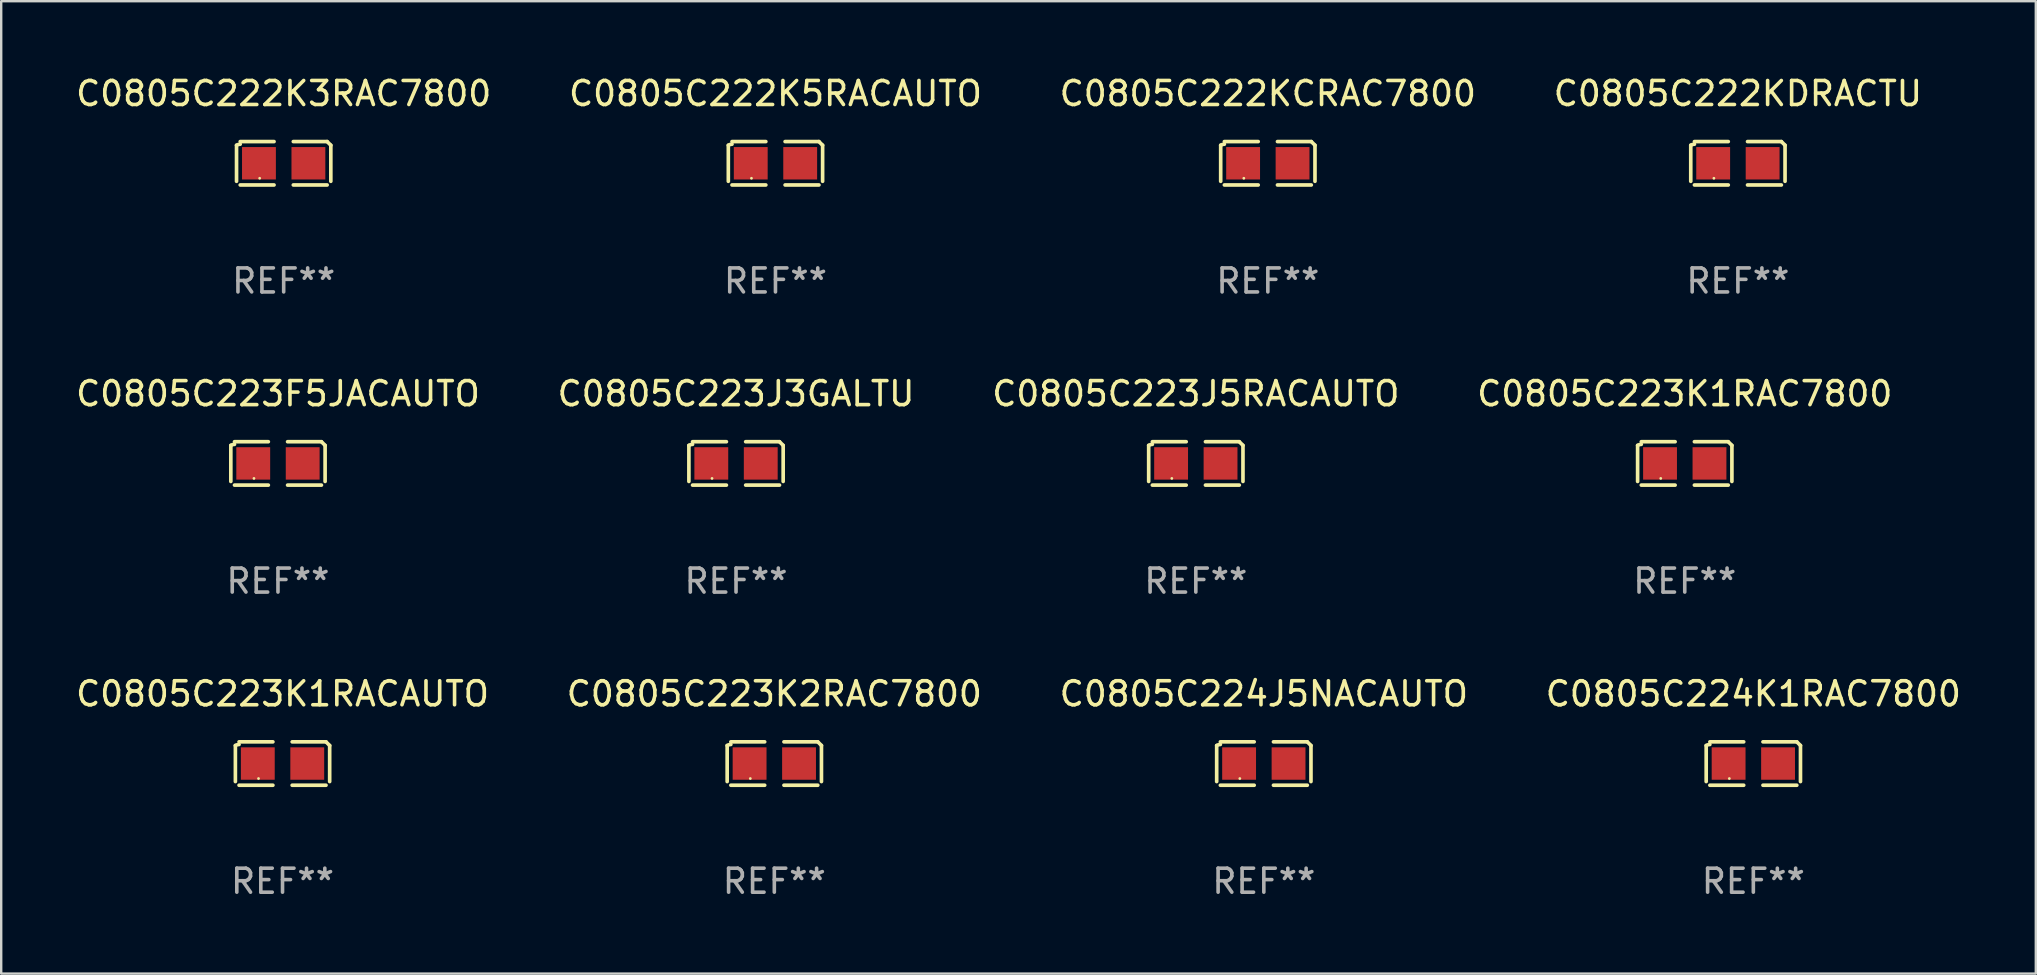
<source format=kicad_pcb>
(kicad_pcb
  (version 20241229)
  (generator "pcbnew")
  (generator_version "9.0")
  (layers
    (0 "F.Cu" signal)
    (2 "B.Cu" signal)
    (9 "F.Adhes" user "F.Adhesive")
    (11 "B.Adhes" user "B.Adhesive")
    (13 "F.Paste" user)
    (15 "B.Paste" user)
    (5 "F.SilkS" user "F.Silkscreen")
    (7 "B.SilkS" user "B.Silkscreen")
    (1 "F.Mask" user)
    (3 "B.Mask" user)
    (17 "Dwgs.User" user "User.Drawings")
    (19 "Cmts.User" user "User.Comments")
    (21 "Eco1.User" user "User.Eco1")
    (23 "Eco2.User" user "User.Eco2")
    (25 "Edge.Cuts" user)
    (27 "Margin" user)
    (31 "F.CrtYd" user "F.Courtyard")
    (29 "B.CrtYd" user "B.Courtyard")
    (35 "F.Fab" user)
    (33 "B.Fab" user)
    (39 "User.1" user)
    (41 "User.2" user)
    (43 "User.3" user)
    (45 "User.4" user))
  (footprint "C0805C224J5NACAUTO"
    (layer "F.Cu")
    (at 49.601 28.759)
    (property "Reference" "C0805C224J5NACAUTO" (at 0 -2.904 0) (layer "F.SilkS") (effects (font (size 1 1) (thickness 0.15))))
    (attr through_hole)
    (fp_line (start -1.964 0.751) (end -1.964 -0.751) (stroke (width 0.152) (type solid)) (layer "F.SilkS"))
    (fp_line (start -1.811 -0.904) (end -0.401 -0.904) (stroke (width 0.152) (type solid)) (layer "F.SilkS"))
    (fp_line (start -0.401 0.904) (end -1.811 0.904) (stroke (width 0.152) (type solid)) (layer "F.SilkS"))
    (fp_line (start 0.401 0.904) (end 1.811 0.904) (stroke (width 0.152) (type solid)) (layer "F.SilkS"))
    (fp_line (start 1.811 -0.904) (end 0.401 -0.904) (stroke (width 0.152) (type solid)) (layer "F.SilkS"))
    (fp_line (start 1.964 0.751) (end 1.964 -0.751) (stroke (width 0.152) (type solid)) (layer "F.SilkS"))
    (fp_arc (start -1.963602 -0.751207) (mid -1.890354 -0.783131) (end -1.811201 -0.794044) (stroke (width 0.1524) (type solid)) (layer "F.SilkS"))
    (fp_arc (start 1.811202 -0.903607) (mid 1.887413 -0.827418) (end 1.963602 -0.751207) (stroke (width 0.1524) (type solid)) (layer "F.SilkS"))
    (fp_circle (center -1 0.625) (end -0.97 0.625) (stroke (width 0.06) (type solid)) (fill no) (layer "F.SilkS"))
    (fp_text user "REF**" (at 0 4.904 0) (layer "F.Fab") (effects (font (size 1 1) (thickness 0.15))))
    (pad "1" smd rect (at -1.03 0) (size 1.41 1.35) (layers "F.Cu" "F.Mask" "F.Paste"))
    (pad "2" smd rect (at 1.03 0) (size 1.41 1.35) (layers "F.Cu" "F.Mask" "F.Paste")))
  (footprint "C0805C223K1RAC7800"
    (layer "F.Cu")
    (at 67.137 16.256)
    (property "Reference" "C0805C223K1RAC7800" (at 0 -2.904 0) (layer "F.SilkS") (effects (font (size 1 1) (thickness 0.15))))
    (attr through_hole)
    (fp_line (start -1.964 0.751) (end -1.964 -0.751) (stroke (width 0.152) (type solid)) (layer "F.SilkS"))
    (fp_line (start -1.811 -0.904) (end -0.401 -0.904) (stroke (width 0.152) (type solid)) (layer "F.SilkS"))
    (fp_line (start -0.401 0.904) (end -1.811 0.904) (stroke (width 0.152) (type solid)) (layer "F.SilkS"))
    (fp_line (start 0.401 0.904) (end 1.811 0.904) (stroke (width 0.152) (type solid)) (layer "F.SilkS"))
    (fp_line (start 1.811 -0.904) (end 0.401 -0.904) (stroke (width 0.152) (type solid)) (layer "F.SilkS"))
    (fp_line (start 1.964 0.751) (end 1.964 -0.751) (stroke (width 0.152) (type solid)) (layer "F.SilkS"))
    (fp_arc (start -1.963602 -0.751207) (mid -1.890354 -0.783131) (end -1.811201 -0.794044) (stroke (width 0.1524) (type solid)) (layer "F.SilkS"))
    (fp_arc (start 1.811202 -0.903607) (mid 1.887413 -0.827418) (end 1.963602 -0.751207) (stroke (width 0.1524) (type solid)) (layer "F.SilkS"))
    (fp_circle (center -1 0.625) (end -0.97 0.625) (stroke (width 0.06) (type solid)) (fill no) (layer "F.SilkS"))
    (fp_text user "REF**" (at 0 4.904 0) (layer "F.Fab") (effects (font (size 1 1) (thickness 0.15))))
    (pad "1" smd rect (at -1.03 0) (size 1.41 1.35) (layers "F.Cu" "F.Mask" "F.Paste"))
    (pad "2" smd rect (at 1.03 0) (size 1.41 1.35) (layers "F.Cu" "F.Mask" "F.Paste")))
  (footprint "C0805C224K1RAC7800"
    (layer "F.Cu")
    (at 69.994 28.759)
    (property "Reference" "C0805C224K1RAC7800" (at 0 -2.904 0) (layer "F.SilkS") (effects (font (size 1 1) (thickness 0.15))))
    (attr through_hole)
    (fp_line (start -1.964 0.751) (end -1.964 -0.751) (stroke (width 0.152) (type solid)) (layer "F.SilkS"))
    (fp_line (start -1.811 -0.904) (end -0.401 -0.904) (stroke (width 0.152) (type solid)) (layer "F.SilkS"))
    (fp_line (start -0.401 0.904) (end -1.811 0.904) (stroke (width 0.152) (type solid)) (layer "F.SilkS"))
    (fp_line (start 0.401 0.904) (end 1.811 0.904) (stroke (width 0.152) (type solid)) (layer "F.SilkS"))
    (fp_line (start 1.811 -0.904) (end 0.401 -0.904) (stroke (width 0.152) (type solid)) (layer "F.SilkS"))
    (fp_line (start 1.964 0.751) (end 1.964 -0.751) (stroke (width 0.152) (type solid)) (layer "F.SilkS"))
    (fp_arc (start -1.963602 -0.751207) (mid -1.890354 -0.783131) (end -1.811201 -0.794044) (stroke (width 0.1524) (type solid)) (layer "F.SilkS"))
    (fp_arc (start 1.811202 -0.903607) (mid 1.887413 -0.827418) (end 1.963602 -0.751207) (stroke (width 0.1524) (type solid)) (layer "F.SilkS"))
    (fp_circle (center -1 0.625) (end -0.97 0.625) (stroke (width 0.06) (type solid)) (fill no) (layer "F.SilkS"))
    (fp_text user "REF**" (at 0 4.904 0) (layer "F.Fab") (effects (font (size 1 1) (thickness 0.15))))
    (pad "1" smd rect (at -1.03 0) (size 1.41 1.35) (layers "F.Cu" "F.Mask" "F.Paste"))
    (pad "2" smd rect (at 1.03 0) (size 1.41 1.35) (layers "F.Cu" "F.Mask" "F.Paste")))
  (footprint "C0805C222KDRACTU"
    (layer "F.Cu")
    (at 69.351 3.752)
    (property "Reference" "C0805C222KDRACTU" (at 0 -2.904 0) (layer "F.SilkS") (effects (font (size 1 1) (thickness 0.15))))
    (attr through_hole)
    (fp_line (start -1.964 0.751) (end -1.964 -0.751) (stroke (width 0.152) (type solid)) (layer "F.SilkS"))
    (fp_line (start -1.811 -0.904) (end -0.401 -0.904) (stroke (width 0.152) (type solid)) (layer "F.SilkS"))
    (fp_line (start -0.401 0.904) (end -1.811 0.904) (stroke (width 0.152) (type solid)) (layer "F.SilkS"))
    (fp_line (start 0.401 0.904) (end 1.811 0.904) (stroke (width 0.152) (type solid)) (layer "F.SilkS"))
    (fp_line (start 1.811 -0.904) (end 0.401 -0.904) (stroke (width 0.152) (type solid)) (layer "F.SilkS"))
    (fp_line (start 1.964 0.751) (end 1.964 -0.751) (stroke (width 0.152) (type solid)) (layer "F.SilkS"))
    (fp_arc (start -1.963602 -0.751207) (mid -1.890354 -0.783131) (end -1.811201 -0.794044) (stroke (width 0.1524) (type solid)) (layer "F.SilkS"))
    (fp_arc (start 1.811202 -0.903607) (mid 1.887413 -0.827418) (end 1.963602 -0.751207) (stroke (width 0.1524) (type solid)) (layer "F.SilkS"))
    (fp_circle (center -1 0.625) (end -0.97 0.625) (stroke (width 0.06) (type solid)) (fill no) (layer "F.SilkS"))
    (fp_text user "REF**" (at 0 4.904 0) (layer "F.Fab") (effects (font (size 1 1) (thickness 0.15))))
    (pad "1" smd rect (at -1.03 0) (size 1.41 1.35) (layers "F.Cu" "F.Mask" "F.Paste"))
    (pad "2" smd rect (at 1.03 0) (size 1.41 1.35) (layers "F.Cu" "F.Mask" "F.Paste")))
  (footprint "C0805C223J5RACAUTO"
    (layer "F.Cu")
    (at 46.768 16.256)
    (property "Reference" "C0805C223J5RACAUTO" (at 0 -2.904 0) (layer "F.SilkS") (effects (font (size 1 1) (thickness 0.15))))
    (attr through_hole)
    (fp_line (start -1.964 0.751) (end -1.964 -0.751) (stroke (width 0.152) (type solid)) (layer "F.SilkS"))
    (fp_line (start -1.811 -0.904) (end -0.401 -0.904) (stroke (width 0.152) (type solid)) (layer "F.SilkS"))
    (fp_line (start -0.401 0.904) (end -1.811 0.904) (stroke (width 0.152) (type solid)) (layer "F.SilkS"))
    (fp_line (start 0.401 0.904) (end 1.811 0.904) (stroke (width 0.152) (type solid)) (layer "F.SilkS"))
    (fp_line (start 1.811 -0.904) (end 0.401 -0.904) (stroke (width 0.152) (type solid)) (layer "F.SilkS"))
    (fp_line (start 1.964 0.751) (end 1.964 -0.751) (stroke (width 0.152) (type solid)) (layer "F.SilkS"))
    (fp_arc (start -1.963602 -0.751207) (mid -1.890354 -0.783131) (end -1.811201 -0.794044) (stroke (width 0.1524) (type solid)) (layer "F.SilkS"))
    (fp_arc (start 1.811202 -0.903607) (mid 1.887413 -0.827418) (end 1.963602 -0.751207) (stroke (width 0.1524) (type solid)) (layer "F.SilkS"))
    (fp_circle (center -1 0.625) (end -0.97 0.625) (stroke (width 0.06) (type solid)) (fill no) (layer "F.SilkS"))
    (fp_text user "REF**" (at 0 4.904 0) (layer "F.Fab") (effects (font (size 1 1) (thickness 0.15))))
    (pad "1" smd rect (at -1.03 0) (size 1.41 1.35) (layers "F.Cu" "F.Mask" "F.Paste"))
    (pad "2" smd rect (at 1.03 0) (size 1.41 1.35) (layers "F.Cu" "F.Mask" "F.Paste")))
  (footprint "C0805C223K2RAC7800"
    (layer "F.Cu")
    (at 29.208 28.759)
    (property "Reference" "C0805C223K2RAC7800" (at 0 -2.904 0) (layer "F.SilkS") (effects (font (size 1 1) (thickness 0.15))))
    (attr through_hole)
    (fp_line (start -1.964 0.751) (end -1.964 -0.751) (stroke (width 0.152) (type solid)) (layer "F.SilkS"))
    (fp_line (start -1.811 -0.904) (end -0.401 -0.904) (stroke (width 0.152) (type solid)) (layer "F.SilkS"))
    (fp_line (start -0.401 0.904) (end -1.811 0.904) (stroke (width 0.152) (type solid)) (layer "F.SilkS"))
    (fp_line (start 0.401 0.904) (end 1.811 0.904) (stroke (width 0.152) (type solid)) (layer "F.SilkS"))
    (fp_line (start 1.811 -0.904) (end 0.401 -0.904) (stroke (width 0.152) (type solid)) (layer "F.SilkS"))
    (fp_line (start 1.964 0.751) (end 1.964 -0.751) (stroke (width 0.152) (type solid)) (layer "F.SilkS"))
    (fp_arc (start -1.963602 -0.751207) (mid -1.890354 -0.783131) (end -1.811201 -0.794044) (stroke (width 0.1524) (type solid)) (layer "F.SilkS"))
    (fp_arc (start 1.811202 -0.903607) (mid 1.887413 -0.827418) (end 1.963602 -0.751207) (stroke (width 0.1524) (type solid)) (layer "F.SilkS"))
    (fp_circle (center -1 0.625) (end -0.97 0.625) (stroke (width 0.06) (type solid)) (fill no) (layer "F.SilkS"))
    (fp_text user "REF**" (at 0 4.904 0) (layer "F.Fab") (effects (font (size 1 1) (thickness 0.15))))
    (pad "1" smd rect (at -1.03 0) (size 1.41 1.35) (layers "F.Cu" "F.Mask" "F.Paste"))
    (pad "2" smd rect (at 1.03 0) (size 1.41 1.35) (layers "F.Cu" "F.Mask" "F.Paste")))
  (footprint "C0805C222K3RAC7800"
    (layer "F.Cu")
    (at 8.768 3.752)
    (property "Reference" "C0805C222K3RAC7800" (at 0 -2.904 0) (layer "F.SilkS") (effects (font (size 1 1) (thickness 0.15))))
    (attr through_hole)
    (fp_line (start -1.964 0.751) (end -1.964 -0.751) (stroke (width 0.152) (type solid)) (layer "F.SilkS"))
    (fp_line (start -1.811 -0.904) (end -0.401 -0.904) (stroke (width 0.152) (type solid)) (layer "F.SilkS"))
    (fp_line (start -0.401 0.904) (end -1.811 0.904) (stroke (width 0.152) (type solid)) (layer "F.SilkS"))
    (fp_line (start 0.401 0.904) (end 1.811 0.904) (stroke (width 0.152) (type solid)) (layer "F.SilkS"))
    (fp_line (start 1.811 -0.904) (end 0.401 -0.904) (stroke (width 0.152) (type solid)) (layer "F.SilkS"))
    (fp_line (start 1.964 0.751) (end 1.964 -0.751) (stroke (width 0.152) (type solid)) (layer "F.SilkS"))
    (fp_arc (start -1.963602 -0.751207) (mid -1.890354 -0.783131) (end -1.811201 -0.794044) (stroke (width 0.1524) (type solid)) (layer "F.SilkS"))
    (fp_arc (start 1.811202 -0.903607) (mid 1.887413 -0.827418) (end 1.963602 -0.751207) (stroke (width 0.1524) (type solid)) (layer "F.SilkS"))
    (fp_circle (center -1 0.625) (end -0.97 0.625) (stroke (width 0.06) (type solid)) (fill no) (layer "F.SilkS"))
    (fp_text user "REF**" (at 0 4.904 0) (layer "F.Fab") (effects (font (size 1 1) (thickness 0.15))))
    (pad "1" smd rect (at -1.03 0) (size 1.41 1.35) (layers "F.Cu" "F.Mask" "F.Paste"))
    (pad "2" smd rect (at 1.03 0) (size 1.41 1.35) (layers "F.Cu" "F.Mask" "F.Paste")))
  (footprint "C0805C223J3GALTU"
    (layer "F.Cu")
    (at 27.613 16.256)
    (property "Reference" "C0805C223J3GALTU" (at 0 -2.904 0) (layer "F.SilkS") (effects (font (size 1 1) (thickness 0.15))))
    (attr through_hole)
    (fp_line (start -1.964 0.751) (end -1.964 -0.751) (stroke (width 0.152) (type solid)) (layer "F.SilkS"))
    (fp_line (start -1.811 -0.904) (end -0.401 -0.904) (stroke (width 0.152) (type solid)) (layer "F.SilkS"))
    (fp_line (start -0.401 0.904) (end -1.811 0.904) (stroke (width 0.152) (type solid)) (layer "F.SilkS"))
    (fp_line (start 0.401 0.904) (end 1.811 0.904) (stroke (width 0.152) (type solid)) (layer "F.SilkS"))
    (fp_line (start 1.811 -0.904) (end 0.401 -0.904) (stroke (width 0.152) (type solid)) (layer "F.SilkS"))
    (fp_line (start 1.964 0.751) (end 1.964 -0.751) (stroke (width 0.152) (type solid)) (layer "F.SilkS"))
    (fp_arc (start -1.963602 -0.751207) (mid -1.890354 -0.783131) (end -1.811201 -0.794044) (stroke (width 0.1524) (type solid)) (layer "F.SilkS"))
    (fp_arc (start 1.811202 -0.903607) (mid 1.887413 -0.827418) (end 1.963602 -0.751207) (stroke (width 0.1524) (type solid)) (layer "F.SilkS"))
    (fp_circle (center -1 0.625) (end -0.97 0.625) (stroke (width 0.06) (type solid)) (fill no) (layer "F.SilkS"))
    (fp_text user "REF**" (at 0 4.904 0) (layer "F.Fab") (effects (font (size 1 1) (thickness 0.15))))
    (pad "1" smd rect (at -1.03 0) (size 1.41 1.35) (layers "F.Cu" "F.Mask" "F.Paste"))
    (pad "2" smd rect (at 1.03 0) (size 1.41 1.35) (layers "F.Cu" "F.Mask" "F.Paste")))
  (footprint "C0805C223F5JACAUTO"
    (layer "F.Cu")
    (at 8.53 16.256)
    (property "Reference" "C0805C223F5JACAUTO" (at 0 -2.904 0) (layer "F.SilkS") (effects (font (size 1 1) (thickness 0.15))))
    (attr through_hole)
    (fp_line (start -1.964 0.751) (end -1.964 -0.751) (stroke (width 0.152) (type solid)) (layer "F.SilkS"))
    (fp_line (start -1.811 -0.904) (end -0.401 -0.904) (stroke (width 0.152) (type solid)) (layer "F.SilkS"))
    (fp_line (start -0.401 0.904) (end -1.811 0.904) (stroke (width 0.152) (type solid)) (layer "F.SilkS"))
    (fp_line (start 0.401 0.904) (end 1.811 0.904) (stroke (width 0.152) (type solid)) (layer "F.SilkS"))
    (fp_line (start 1.811 -0.904) (end 0.401 -0.904) (stroke (width 0.152) (type solid)) (layer "F.SilkS"))
    (fp_line (start 1.964 0.751) (end 1.964 -0.751) (stroke (width 0.152) (type solid)) (layer "F.SilkS"))
    (fp_arc (start -1.963602 -0.751207) (mid -1.890354 -0.783131) (end -1.811201 -0.794044) (stroke (width 0.1524) (type solid)) (layer "F.SilkS"))
    (fp_arc (start 1.811202 -0.903607) (mid 1.887413 -0.827418) (end 1.963602 -0.751207) (stroke (width 0.1524) (type solid)) (layer "F.SilkS"))
    (fp_circle (center -1 0.625) (end -0.97 0.625) (stroke (width 0.06) (type solid)) (fill no) (layer "F.SilkS"))
    (fp_text user "REF**" (at 0 4.904 0) (layer "F.Fab") (effects (font (size 1 1) (thickness 0.15))))
    (pad "1" smd rect (at -1.03 0) (size 1.41 1.35) (layers "F.Cu" "F.Mask" "F.Paste"))
    (pad "2" smd rect (at 1.03 0) (size 1.41 1.35) (layers "F.Cu" "F.Mask" "F.Paste")))
  (footprint "C0805C223K1RACAUTO"
    (layer "F.Cu")
    (at 8.72 28.759)
    (property "Reference" "C0805C223K1RACAUTO" (at 0 -2.904 0) (layer "F.SilkS") (effects (font (size 1 1) (thickness 0.15))))
    (attr through_hole)
    (fp_line (start -1.964 0.751) (end -1.964 -0.751) (stroke (width 0.152) (type solid)) (layer "F.SilkS"))
    (fp_line (start -1.811 -0.904) (end -0.401 -0.904) (stroke (width 0.152) (type solid)) (layer "F.SilkS"))
    (fp_line (start -0.401 0.904) (end -1.811 0.904) (stroke (width 0.152) (type solid)) (layer "F.SilkS"))
    (fp_line (start 0.401 0.904) (end 1.811 0.904) (stroke (width 0.152) (type solid)) (layer "F.SilkS"))
    (fp_line (start 1.811 -0.904) (end 0.401 -0.904) (stroke (width 0.152) (type solid)) (layer "F.SilkS"))
    (fp_line (start 1.964 0.751) (end 1.964 -0.751) (stroke (width 0.152) (type solid)) (layer "F.SilkS"))
    (fp_arc (start -1.963602 -0.751207) (mid -1.890354 -0.783131) (end -1.811201 -0.794044) (stroke (width 0.1524) (type solid)) (layer "F.SilkS"))
    (fp_arc (start 1.811202 -0.903607) (mid 1.887413 -0.827418) (end 1.963602 -0.751207) (stroke (width 0.1524) (type solid)) (layer "F.SilkS"))
    (fp_circle (center -1 0.625) (end -0.97 0.625) (stroke (width 0.06) (type solid)) (fill no) (layer "F.SilkS"))
    (fp_text user "REF**" (at 0 4.904 0) (layer "F.Fab") (effects (font (size 1 1) (thickness 0.15))))
    (pad "1" smd rect (at -1.03 0) (size 1.41 1.35) (layers "F.Cu" "F.Mask" "F.Paste"))
    (pad "2" smd rect (at 1.03 0) (size 1.41 1.35) (layers "F.Cu" "F.Mask" "F.Paste")))
  (footprint "C0805C222KCRAC7800"
    (layer "F.Cu")
    (at 49.768 3.752)
    (property "Reference" "C0805C222KCRAC7800" (at 0 -2.904 0) (layer "F.SilkS") (effects (font (size 1 1) (thickness 0.15))))
    (attr through_hole)
    (fp_line (start -1.964 0.751) (end -1.964 -0.751) (stroke (width 0.152) (type solid)) (layer "F.SilkS"))
    (fp_line (start -1.811 -0.904) (end -0.401 -0.904) (stroke (width 0.152) (type solid)) (layer "F.SilkS"))
    (fp_line (start -0.401 0.904) (end -1.811 0.904) (stroke (width 0.152) (type solid)) (layer "F.SilkS"))
    (fp_line (start 0.401 0.904) (end 1.811 0.904) (stroke (width 0.152) (type solid)) (layer "F.SilkS"))
    (fp_line (start 1.811 -0.904) (end 0.401 -0.904) (stroke (width 0.152) (type solid)) (layer "F.SilkS"))
    (fp_line (start 1.964 0.751) (end 1.964 -0.751) (stroke (width 0.152) (type solid)) (layer "F.SilkS"))
    (fp_arc (start -1.963602 -0.751207) (mid -1.890354 -0.783131) (end -1.811201 -0.794044) (stroke (width 0.1524) (type solid)) (layer "F.SilkS"))
    (fp_arc (start 1.811202 -0.903607) (mid 1.887413 -0.827418) (end 1.963602 -0.751207) (stroke (width 0.1524) (type solid)) (layer "F.SilkS"))
    (fp_circle (center -1 0.625) (end -0.97 0.625) (stroke (width 0.06) (type solid)) (fill no) (layer "F.SilkS"))
    (fp_text user "REF**" (at 0 4.904 0) (layer "F.Fab") (effects (font (size 1 1) (thickness 0.15))))
    (pad "1" smd rect (at -1.03 0) (size 1.41 1.35) (layers "F.Cu" "F.Mask" "F.Paste"))
    (pad "2" smd rect (at 1.03 0) (size 1.41 1.35) (layers "F.Cu" "F.Mask" "F.Paste")))
  (footprint "C0805C222K5RACAUTO"
    (layer "F.Cu")
    (at 29.256 3.752)
    (property "Reference" "C0805C222K5RACAUTO" (at 0 -2.904 0) (layer "F.SilkS") (effects (font (size 1 1) (thickness 0.15))))
    (attr through_hole)
    (fp_line (start -1.964 0.751) (end -1.964 -0.751) (stroke (width 0.152) (type solid)) (layer "F.SilkS"))
    (fp_line (start -1.811 -0.904) (end -0.401 -0.904) (stroke (width 0.152) (type solid)) (layer "F.SilkS"))
    (fp_line (start -0.401 0.904) (end -1.811 0.904) (stroke (width 0.152) (type solid)) (layer "F.SilkS"))
    (fp_line (start 0.401 0.904) (end 1.811 0.904) (stroke (width 0.152) (type solid)) (layer "F.SilkS"))
    (fp_line (start 1.811 -0.904) (end 0.401 -0.904) (stroke (width 0.152) (type solid)) (layer "F.SilkS"))
    (fp_line (start 1.964 0.751) (end 1.964 -0.751) (stroke (width 0.152) (type solid)) (layer "F.SilkS"))
    (fp_arc (start -1.963602 -0.751207) (mid -1.890354 -0.783131) (end -1.811201 -0.794044) (stroke (width 0.1524) (type solid)) (layer "F.SilkS"))
    (fp_arc (start 1.811202 -0.903607) (mid 1.887413 -0.827418) (end 1.963602 -0.751207) (stroke (width 0.1524) (type solid)) (layer "F.SilkS"))
    (fp_circle (center -1 0.625) (end -0.97 0.625) (stroke (width 0.06) (type solid)) (fill no) (layer "F.SilkS"))
    (fp_text user "REF**" (at 0 4.904 0) (layer "F.Fab") (effects (font (size 1 1) (thickness 0.15))))
    (pad "1" smd rect (at -1.03 0) (size 1.41 1.35) (layers "F.Cu" "F.Mask" "F.Paste"))
    (pad "2" smd rect (at 1.03 0) (size 1.41 1.35) (layers "F.Cu" "F.Mask" "F.Paste")))
  (gr_rect
    (start -3 -3)
    (end 81.762 37.511)
    (stroke (width 0.1) (type default))
    (fill no)
    (layer "Edge.Cuts")))
</source>
